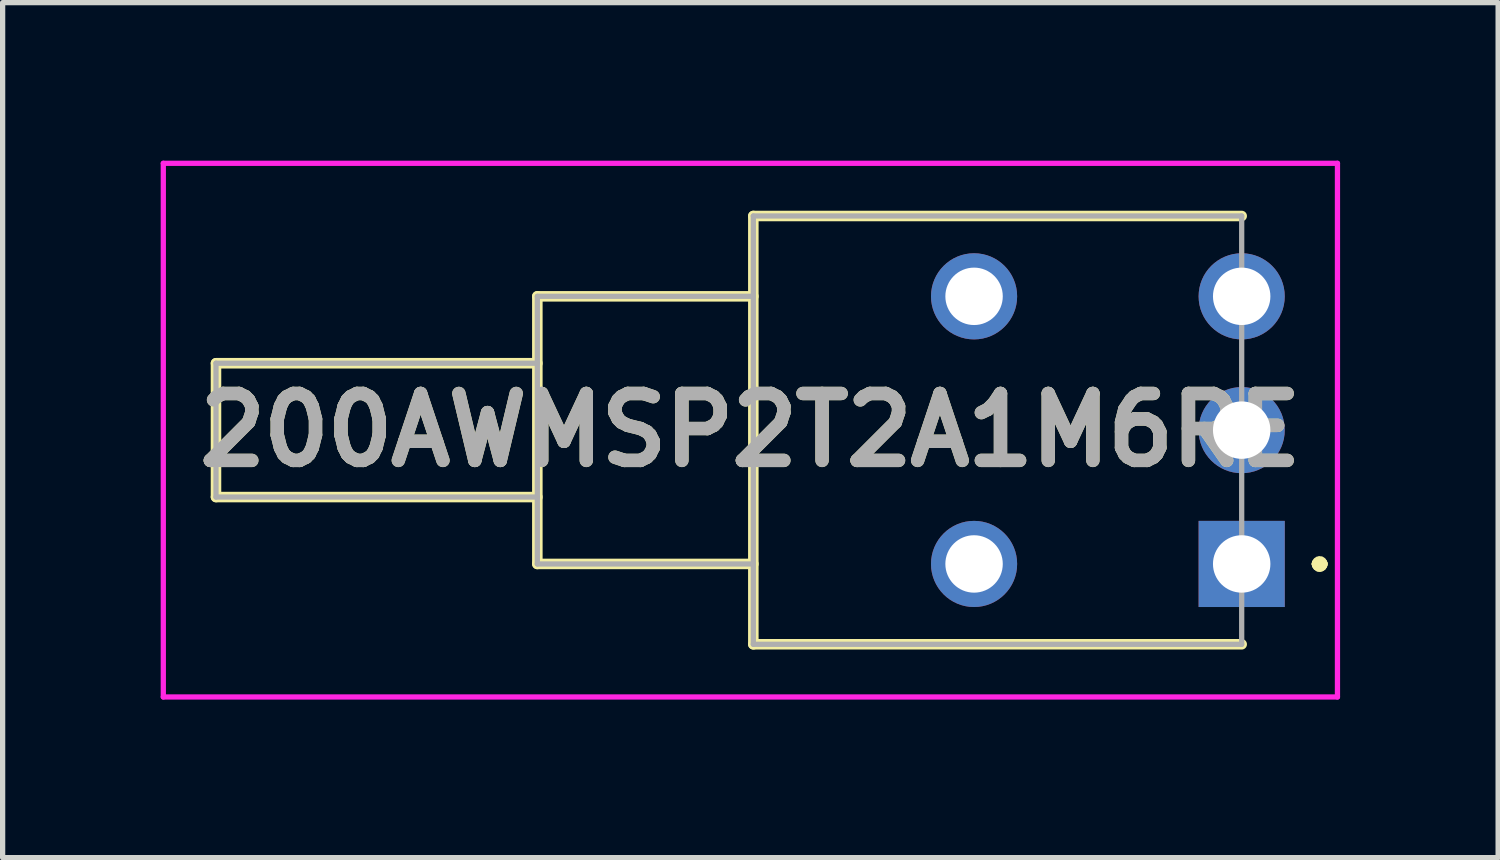
<source format=kicad_pcb>
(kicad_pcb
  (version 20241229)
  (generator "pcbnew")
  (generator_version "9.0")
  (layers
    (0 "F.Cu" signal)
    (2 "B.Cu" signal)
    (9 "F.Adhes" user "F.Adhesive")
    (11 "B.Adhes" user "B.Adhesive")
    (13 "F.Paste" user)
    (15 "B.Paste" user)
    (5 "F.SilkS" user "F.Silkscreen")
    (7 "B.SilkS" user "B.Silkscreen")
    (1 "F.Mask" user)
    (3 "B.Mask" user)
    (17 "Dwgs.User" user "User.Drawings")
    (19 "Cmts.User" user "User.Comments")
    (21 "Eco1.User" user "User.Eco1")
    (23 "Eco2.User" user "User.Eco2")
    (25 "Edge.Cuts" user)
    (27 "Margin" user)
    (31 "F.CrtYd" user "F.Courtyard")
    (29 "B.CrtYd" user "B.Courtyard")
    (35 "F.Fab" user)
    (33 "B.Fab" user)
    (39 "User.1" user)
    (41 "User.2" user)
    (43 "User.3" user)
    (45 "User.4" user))
  (footprint "200AWMSP2T2A1M6RE"
    (layer "F.Cu")
    (at 20.52 7.655)
    (property "Reference" "200AWMSP2T2A1M6RE" (at -9.326 -2.54 0) (layer "F.SilkS") (effects (font (size 1.27 1.27) (thickness 0.254))))
    (attr through_hole)
    (fp_line (start -19.47 -3.81) (end -19.47 -1.27) (stroke (width 0.2) (type solid)) (layer "F.SilkS"))
    (fp_line (start -19.47 -1.27) (end -13.37 -1.27) (stroke (width 0.2) (type solid)) (layer "F.SilkS"))
    (fp_line (start -13.37 -5.08) (end -13.37 0) (stroke (width 0.2) (type solid)) (layer "F.SilkS"))
    (fp_line (start -13.37 -3.81) (end -19.47 -3.81) (stroke (width 0.2) (type solid)) (layer "F.SilkS"))
    (fp_line (start -13.37 0) (end -9.27 0) (stroke (width 0.2) (type solid)) (layer "F.SilkS"))
    (fp_line (start -9.27 -6.605) (end -9.27 1.525) (stroke (width 0.2) (type solid)) (layer "F.SilkS"))
    (fp_line (start -9.27 -5.08) (end -13.37 -5.08) (stroke (width 0.2) (type solid)) (layer "F.SilkS"))
    (fp_line (start -9.27 1.525) (end 0 1.525) (stroke (width 0.2) (type solid)) (layer "F.SilkS"))
    (fp_line (start 0 -6.605) (end -9.27 -6.605) (stroke (width 0.2) (type solid)) (layer "F.SilkS"))
    (fp_line (start 1.43 0) (end 1.43 0) (stroke (width 0.2) (type solid)) (layer "F.SilkS"))
    (fp_line (start 1.43 0) (end 1.43 0) (stroke (width 0.2) (type solid)) (layer "F.SilkS"))
    (fp_line (start 1.53 0) (end 1.53 0) (stroke (width 0.2) (type solid)) (layer "F.SilkS"))
    (fp_arc (start 1.43 0) (mid 1.48 -0.05) (end 1.53 0) (stroke (width 0.2) (type solid)) (layer "F.SilkS"))
    (fp_arc (start 1.53 0) (mid 1.48 0.05) (end 1.43 0) (stroke (width 0.2) (type solid)) (layer "F.SilkS"))
    (fp_arc (start 1.53 0) (mid 1.48 0.05) (end 1.43 0) (stroke (width 0.2) (type solid)) (layer "F.SilkS"))
    (fp_line (start -20.47 -7.605) (end 1.818 -7.605) (stroke (width 0.1) (type solid)) (layer "F.CrtYd"))
    (fp_line (start -20.47 2.525) (end -20.47 -7.605) (stroke (width 0.1) (type solid)) (layer "F.CrtYd"))
    (fp_line (start 1.818 -7.605) (end 1.818 2.525) (stroke (width 0.1) (type solid)) (layer "F.CrtYd"))
    (fp_line (start 1.818 2.525) (end -20.47 2.525) (stroke (width 0.1) (type solid)) (layer "F.CrtYd"))
    (fp_line (start -19.47 -3.81) (end -19.47 -1.27) (stroke (width 0.1) (type solid)) (layer "F.Fab"))
    (fp_line (start -19.47 -1.27) (end -13.37 -1.27) (stroke (width 0.1) (type solid)) (layer "F.Fab"))
    (fp_line (start -13.37 -5.08) (end -13.37 0) (stroke (width 0.1) (type solid)) (layer "F.Fab"))
    (fp_line (start -13.37 -3.81) (end -19.47 -3.81) (stroke (width 0.1) (type solid)) (layer "F.Fab"))
    (fp_line (start -13.37 0) (end -9.27 0) (stroke (width 0.1) (type solid)) (layer "F.Fab"))
    (fp_line (start -9.27 -6.605) (end 0 -6.605) (stroke (width 0.1) (type solid)) (layer "F.Fab"))
    (fp_line (start -9.27 -5.08) (end -13.37 -5.08) (stroke (width 0.1) (type solid)) (layer "F.Fab"))
    (fp_line (start -9.27 1.525) (end -9.27 -6.605) (stroke (width 0.1) (type solid)) (layer "F.Fab"))
    (fp_line (start 0 -6.605) (end 0 1.525) (stroke (width 0.1) (type solid)) (layer "F.Fab"))
    (fp_line (start 0 1.525) (end -9.27 1.525) (stroke (width 0.1) (type solid)) (layer "F.Fab"))
    (fp_text user "${REFERENCE}" (at -9.326 -2.54 0) (layer "F.Fab") (effects (font (size 1.27 1.27) (thickness 0.254))))
    (pad "1" thru_hole rect (at 0 0) (size 1.635 1.635) (drill 1.09) (layers "*.Cu" "*.Mask"))
    (pad "2" thru_hole circle (at 0 -2.54) (size 1.635 1.635) (drill 1.09) (layers "*.Cu" "*.Mask"))
    (pad "3" thru_hole circle (at 0 -5.08) (size 1.635 1.635) (drill 1.09) (layers "*.Cu" "*.Mask"))
    (pad "MH1" thru_hole circle (at -5.08 0) (size 1.635 1.635) (drill 1.09) (layers "*.Cu" "*.Mask"))
    (pad "MH2" thru_hole circle (at -5.08 -5.08) (size 1.635 1.635) (drill 1.09) (layers "*.Cu" "*.Mask")))
  (gr_rect
    (start -3 -3)
    (end 25.388 13.23)
    (stroke (width 0.1) (type default))
    (fill no)
    (layer "Edge.Cuts")))
</source>
